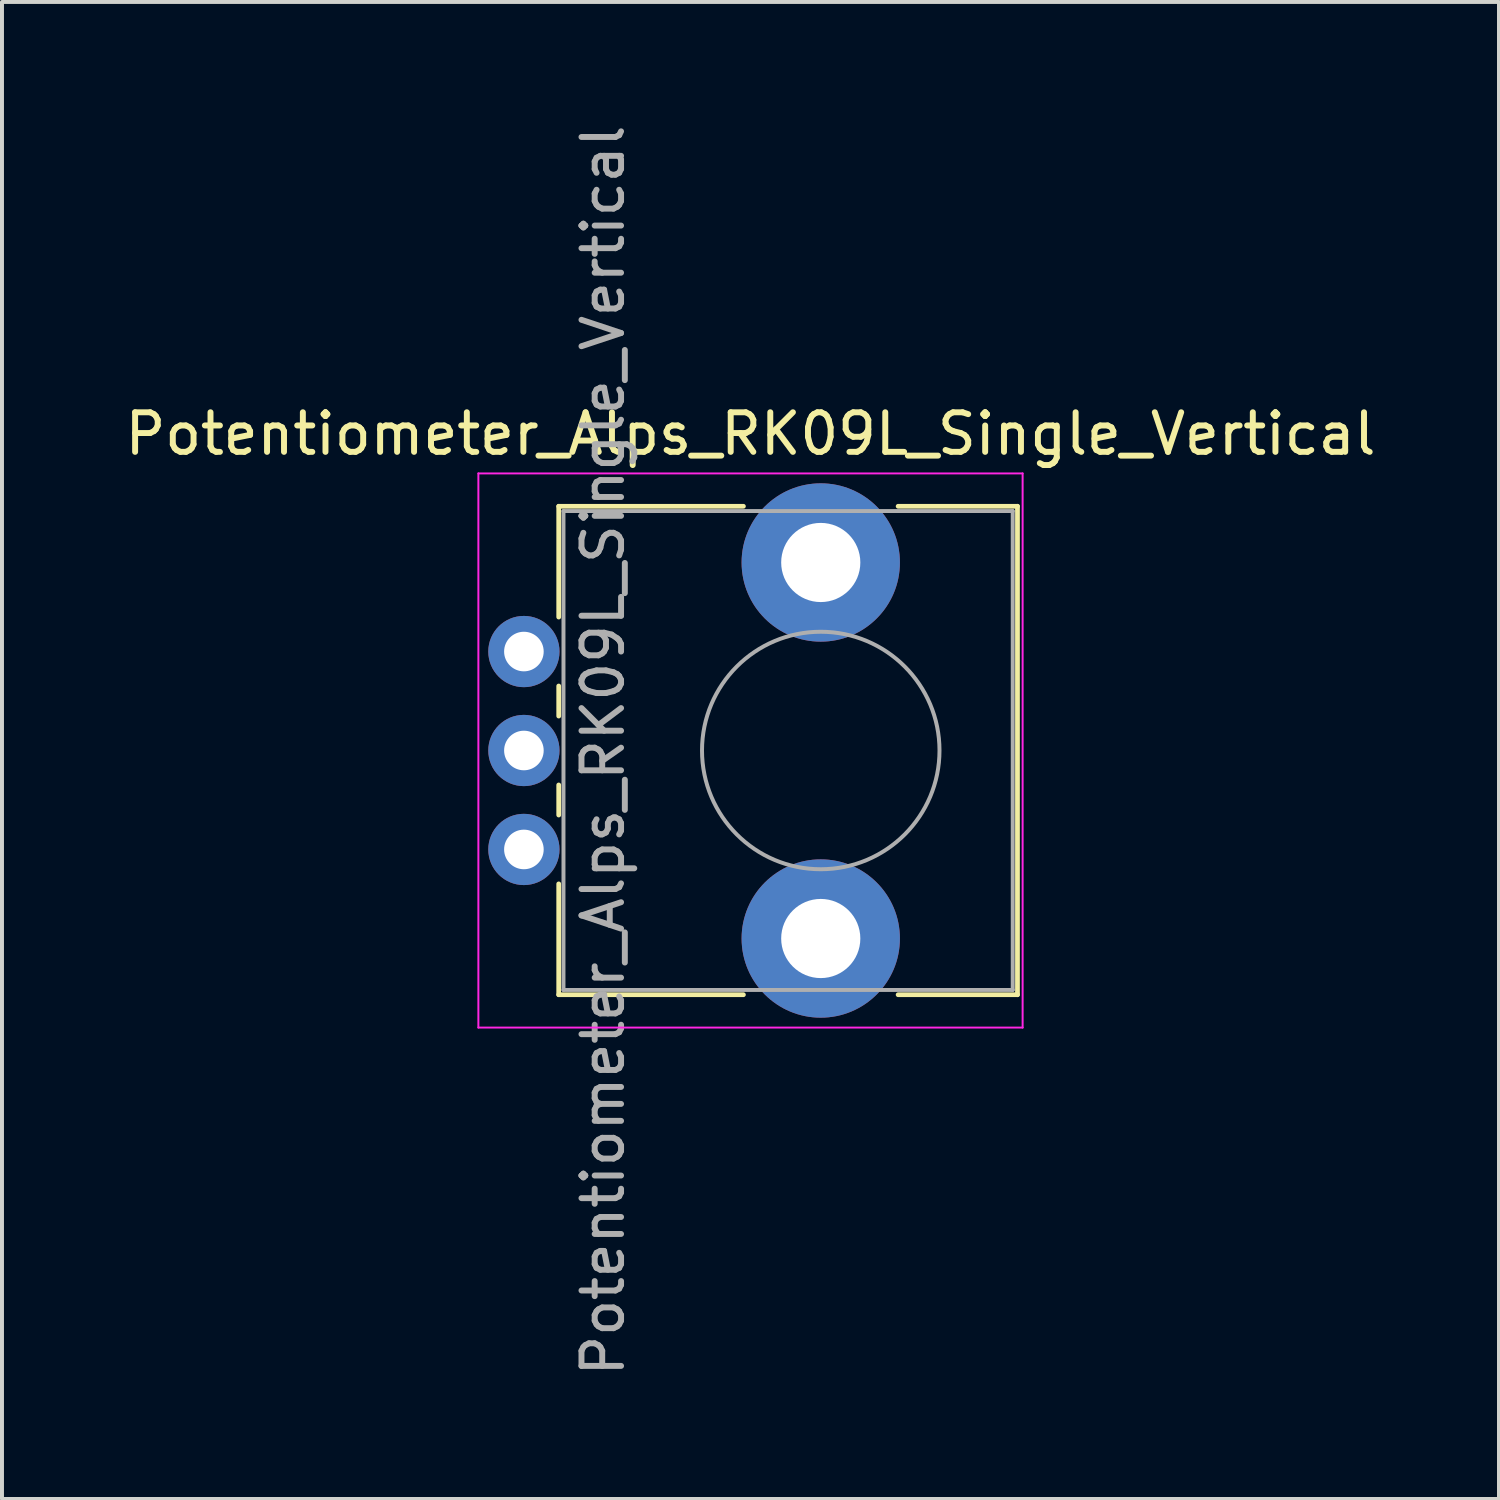
<source format=kicad_pcb>
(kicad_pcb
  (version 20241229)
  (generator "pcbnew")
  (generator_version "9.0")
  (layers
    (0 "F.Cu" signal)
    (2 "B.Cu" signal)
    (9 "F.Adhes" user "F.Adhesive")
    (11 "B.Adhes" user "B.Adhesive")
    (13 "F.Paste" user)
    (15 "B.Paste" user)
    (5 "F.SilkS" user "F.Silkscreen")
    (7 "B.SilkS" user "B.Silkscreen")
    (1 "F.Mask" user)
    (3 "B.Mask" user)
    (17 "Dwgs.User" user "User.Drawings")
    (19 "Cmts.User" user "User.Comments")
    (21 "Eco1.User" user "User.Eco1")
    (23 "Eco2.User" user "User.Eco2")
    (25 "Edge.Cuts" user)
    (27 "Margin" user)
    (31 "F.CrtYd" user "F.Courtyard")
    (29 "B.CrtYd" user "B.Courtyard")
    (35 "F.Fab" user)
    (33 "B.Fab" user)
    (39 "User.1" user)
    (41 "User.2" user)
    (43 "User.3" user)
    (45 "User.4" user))
  (footprint "Potentiometer_Alps_RK09L_Single_Vertical"
    (layer "F.Cu")
    (at 10.186 18.411)
    (property "Reference" "Potentiometer_Alps_RK09L_Single_Vertical" (at 5.725 -10.5 0) (layer "F.SilkS") (effects (font (size 1 1) (thickness 0.15))))
    (attr through_hole)
    (fp_line (start 0.88 -8.67) (end 0.88 -5.871) (stroke (width 0.12) (type solid)) (layer "F.SilkS"))
    (fp_line (start 0.88 -8.67) (end 5.546 -8.67) (stroke (width 0.12) (type solid)) (layer "F.SilkS"))
    (fp_line (start 0.88 -4.129) (end 0.88 -3.37) (stroke (width 0.12) (type solid)) (layer "F.SilkS"))
    (fp_line (start 0.88 -1.629) (end 0.88 -0.87) (stroke (width 0.12) (type solid)) (layer "F.SilkS"))
    (fp_line (start 0.88 0.87) (end 0.88 3.67) (stroke (width 0.12) (type solid)) (layer "F.SilkS"))
    (fp_line (start 0.88 3.67) (end 5.546 3.67) (stroke (width 0.12) (type solid)) (layer "F.SilkS"))
    (fp_line (start 9.455 -8.67) (end 12.47 -8.67) (stroke (width 0.12) (type solid)) (layer "F.SilkS"))
    (fp_line (start 9.455 3.67) (end 12.47 3.67) (stroke (width 0.12) (type solid)) (layer "F.SilkS"))
    (fp_line (start 12.47 -8.67) (end 12.47 3.67) (stroke (width 0.12) (type solid)) (layer "F.SilkS"))
    (fp_line (start -1.15 -9.5) (end -1.15 4.5) (stroke (width 0.05) (type solid)) (layer "F.CrtYd"))
    (fp_line (start -1.15 4.5) (end 12.6 4.5) (stroke (width 0.05) (type solid)) (layer "F.CrtYd"))
    (fp_line (start 12.6 -9.5) (end -1.15 -9.5) (stroke (width 0.05) (type solid)) (layer "F.CrtYd"))
    (fp_line (start 12.6 4.5) (end 12.6 -9.5) (stroke (width 0.05) (type solid)) (layer "F.CrtYd"))
    (fp_line (start 1 -8.55) (end 1 3.55) (stroke (width 0.1) (type solid)) (layer "F.Fab"))
    (fp_line (start 1 3.55) (end 12.35 3.55) (stroke (width 0.1) (type solid)) (layer "F.Fab"))
    (fp_line (start 12.35 -8.55) (end 1 -8.55) (stroke (width 0.1) (type solid)) (layer "F.Fab"))
    (fp_line (start 12.35 3.55) (end 12.35 -8.55) (stroke (width 0.1) (type solid)) (layer "F.Fab"))
    (fp_circle (center 7.5 -2.5) (end 10.5 -2.5) (stroke (width 0.1) (type solid)) (fill no) (layer "F.Fab"))
    (fp_text user "${REFERENCE}" (at 2 -2.5 90) (layer "F.Fab") (effects (font (size 1 1) (thickness 0.15))))
    (pad "" np_thru_hole circle (at 7.5 -7.25) (size 4 4) (drill 2) (layers "*.Cu" "*.Mask"))
    (pad "" np_thru_hole circle (at 7.5 2.25) (size 4 4) (drill 2) (layers "*.Cu" "*.Mask"))
    (pad "1" thru_hole circle (at 0 -5) (size 1.8 1.8) (drill 1) (layers "*.Cu" "*.Mask"))
    (pad "2" thru_hole circle (at 0 -2.5) (size 1.8 1.8) (drill 1) (layers "*.Cu" "*.Mask"))
    (pad "3" thru_hole circle (at 0 0) (size 1.8 1.8) (drill 1) (layers "*.Cu" "*.Mask")))
  (gr_rect
    (start -3 -3)
    (end 34.821 34.821)
    (stroke (width 0.1) (type default))
    (fill no)
    (layer "Edge.Cuts")))
</source>
